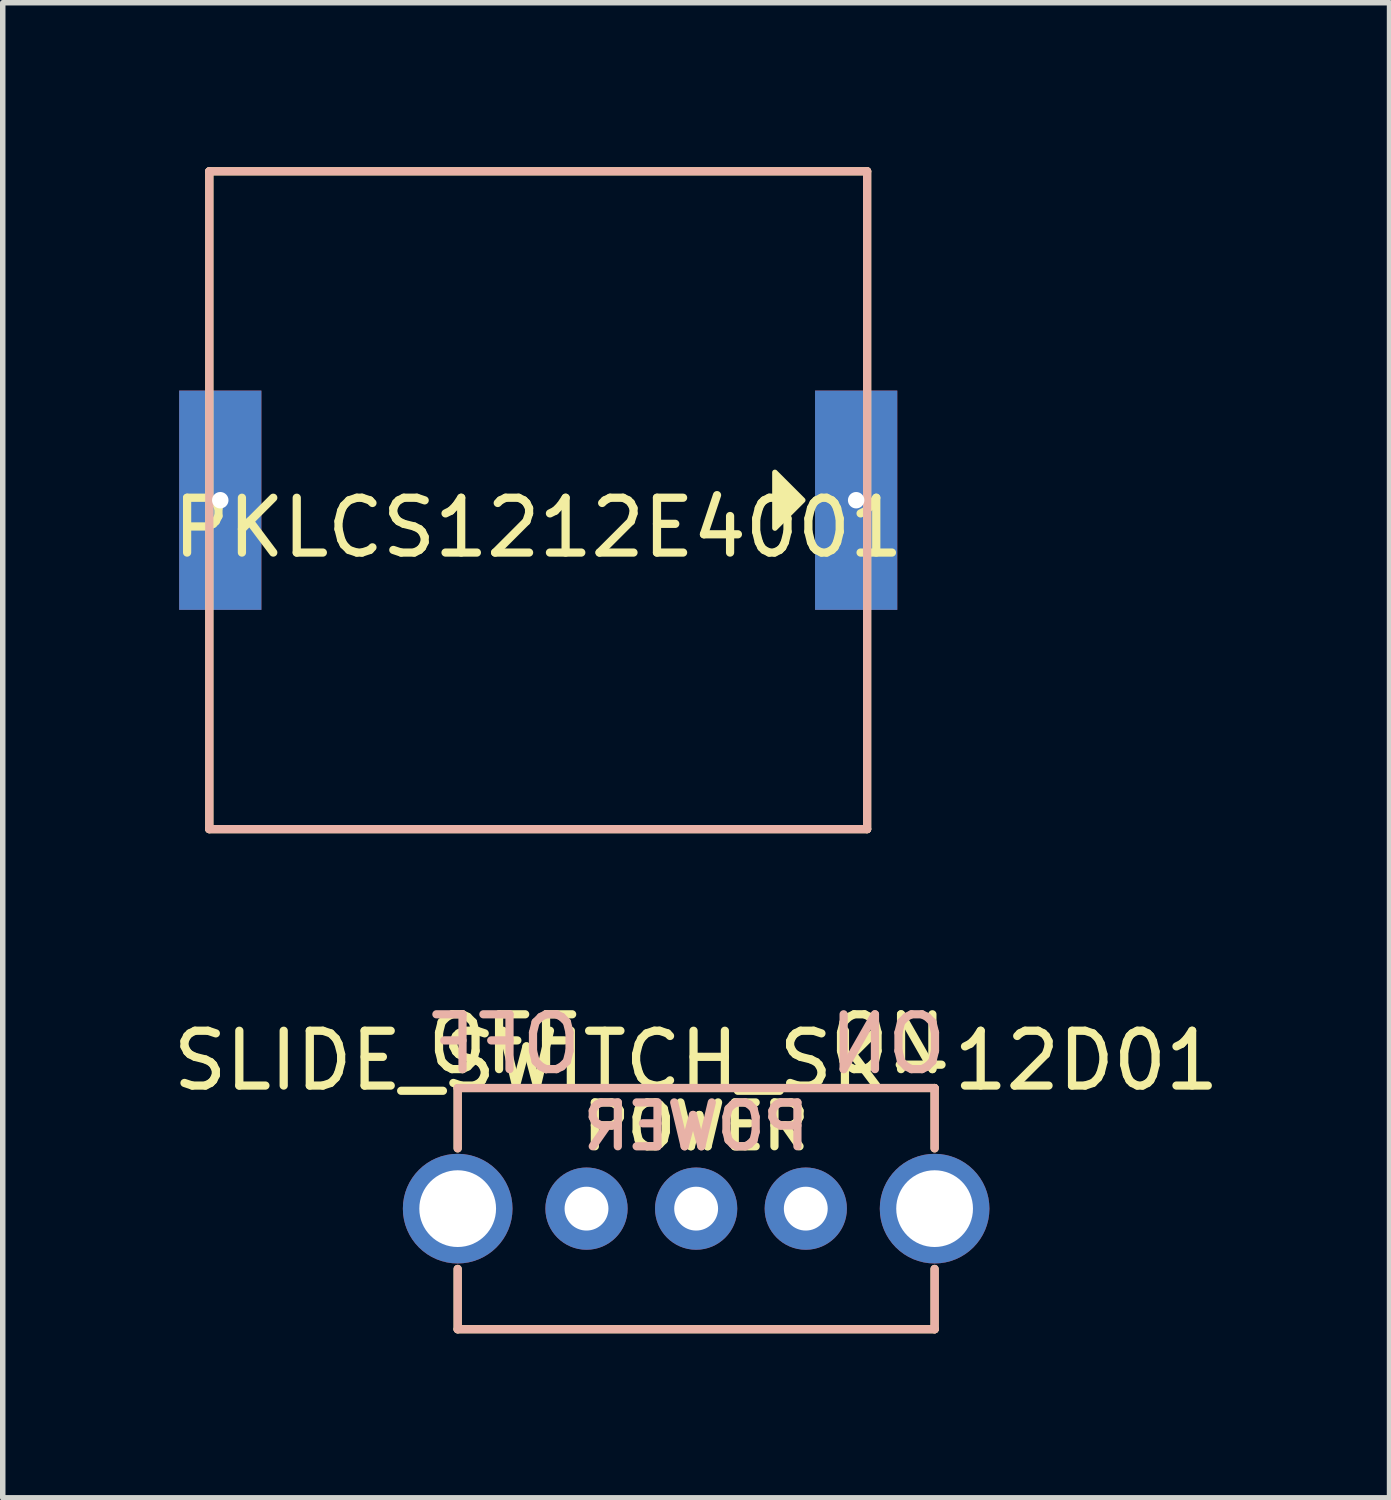
<source format=kicad_pcb>
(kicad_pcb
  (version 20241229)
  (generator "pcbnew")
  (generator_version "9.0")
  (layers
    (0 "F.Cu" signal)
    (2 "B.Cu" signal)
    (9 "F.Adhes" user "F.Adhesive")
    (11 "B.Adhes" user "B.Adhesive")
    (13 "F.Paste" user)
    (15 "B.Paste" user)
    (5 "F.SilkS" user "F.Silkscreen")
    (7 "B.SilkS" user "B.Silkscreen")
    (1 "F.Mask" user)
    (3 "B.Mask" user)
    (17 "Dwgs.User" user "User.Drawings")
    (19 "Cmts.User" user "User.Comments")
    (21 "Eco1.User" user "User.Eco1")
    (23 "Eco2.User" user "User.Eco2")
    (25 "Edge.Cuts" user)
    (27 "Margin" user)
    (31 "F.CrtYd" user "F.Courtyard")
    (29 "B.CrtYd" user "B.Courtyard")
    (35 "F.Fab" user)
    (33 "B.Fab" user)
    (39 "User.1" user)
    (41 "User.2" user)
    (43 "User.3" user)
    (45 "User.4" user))
  (footprint "SLIDE_SWITCH_SK-12D01"
    (layer "F.Cu")
    (at 9.649 18.998)
    (property "Reference" "SLIDE_SWITCH_SK-12D01" (at 0 -2.7 0) (layer "F.SilkS") (effects (font (size 1 1) (thickness 0.15))))
    (attr through_hole)
    (fp_line (start -4.35 -2.2) (end -4.35 -1.1) (stroke (width 0.15) (type solid)) (layer "F.SilkS"))
    (fp_line (start -4.35 2.2) (end -4.35 1.1) (stroke (width 0.15) (type solid)) (layer "F.SilkS"))
    (fp_line (start -4.35 2.2) (end 4.35 2.2) (stroke (width 0.15) (type solid)) (layer "F.SilkS"))
    (fp_line (start 4.35 -2.2) (end -4.35 -2.2) (stroke (width 0.15) (type solid)) (layer "F.SilkS"))
    (fp_line (start 4.35 -2.2) (end 4.35 -1.1) (stroke (width 0.15) (type solid)) (layer "F.SilkS"))
    (fp_line (start 4.35 2.2) (end 4.35 1.1) (stroke (width 0.15) (type solid)) (layer "F.SilkS"))
    (fp_line (start -4.35 -2.2) (end -4.35 -1.1) (stroke (width 0.15) (type solid)) (layer "B.SilkS"))
    (fp_line (start -4.35 -2.2) (end 4.35 -2.2) (stroke (width 0.15) (type solid)) (layer "B.SilkS"))
    (fp_line (start -4.35 2.2) (end -4.35 1.1) (stroke (width 0.15) (type solid)) (layer "B.SilkS"))
    (fp_line (start 4.35 -2.2) (end 4.35 -1.1) (stroke (width 0.15) (type solid)) (layer "B.SilkS"))
    (fp_line (start 4.35 2.2) (end -4.35 2.2) (stroke (width 0.15) (type solid)) (layer "B.SilkS"))
    (fp_line (start 4.35 2.2) (end 4.35 1.1) (stroke (width 0.15) (type solid)) (layer "B.SilkS"))
    (fp_text user "ON" (at 3.5 -3 0) (layer "F.SilkS") (effects (font (size 1 1) (thickness 0.15))))
    (fp_text user "POWER" (at 0 -1.5 180) (layer "F.SilkS") (effects (font (size 0.8 0.8) (thickness 0.15))))
    (fp_text user "OFF" (at -3.5 -3 0) (layer "F.SilkS") (effects (font (size 1 1) (thickness 0.15))))
    (fp_text user "OFF" (at -3.5 -3 0) (layer "B.SilkS") (effects (font (size 1 1) (thickness 0.15)) (justify mirror)))
    (fp_text user "POWER" (at 0 -1.5 0) (layer "B.SilkS") (effects (font (size 0.8 0.8) (thickness 0.15)) (justify mirror)))
    (fp_text user "ON" (at 3.5 -3 0) (layer "B.SilkS") (effects (font (size 1 1) (thickness 0.15)) (justify mirror)))
    (pad "" thru_hole circle (at -4.35 0) (size 2 2) (drill 1.4) (layers "*.Cu" "*.Mask"))
    (pad "" thru_hole circle (at 4.35 0) (size 2 2) (drill 1.4) (layers "*.Cu" "*.Mask"))
    (pad "1" thru_hole circle (at 0 0) (size 1.5 1.5) (drill 0.8) (layers "*.Cu" "*.Mask"))
    (pad "2" thru_hole circle (at 2 0) (size 1.5 1.5) (drill 0.8) (layers "*.Cu" "*.Mask"))
    (pad "3" thru_hole circle (at -2 0) (size 1.5 1.5) (drill 0.8) (layers "*.Cu" "*.Mask")))
  (footprint "PKLCS1212E4001"
    (layer "F.Cu")
    (at 6.768 6.075)
    (property "Reference" "PKLCS1212E4001" (at 0 0.5 0) (layer "F.SilkS") (effects (font (size 1 1) (thickness 0.15))))
    (attr through_hole)
    (fp_line (start -6 -6) (end 6 -6) (stroke (width 0.15) (type solid)) (layer "F.SilkS"))
    (fp_line (start -6 6) (end -6 -6) (stroke (width 0.15) (type solid)) (layer "F.SilkS"))
    (fp_line (start 6 -6) (end 6 6) (stroke (width 0.15) (type solid)) (layer "F.SilkS"))
    (fp_line (start 6 6) (end -6 6) (stroke (width 0.15) (type solid)) (layer "F.SilkS"))
    (fp_poly (pts (xy 4.826 0) (xy 4.318 0.508) (xy 4.318 -0.508)) (stroke (width 0.1) (type solid)) (fill yes) (layer "F.SilkS"))
    (fp_line (start -6 -6) (end 6 -6) (stroke (width 0.15) (type solid)) (layer "B.SilkS"))
    (fp_line (start -6 6) (end -6 -6) (stroke (width 0.15) (type solid)) (layer "B.SilkS"))
    (fp_line (start 6 -6) (end 6 6) (stroke (width 0.15) (type solid)) (layer "B.SilkS"))
    (fp_line (start 6 6) (end -6 6) (stroke (width 0.15) (type solid)) (layer "B.SilkS"))
    (pad "1" thru_hole rect (at -5.8 0) (size 1.5 4) (drill 0.3) (layers "*.Cu" "*.Mask"))
    (pad "2" thru_hole rect (at 5.8 0) (size 1.5 4) (drill 0.3) (layers "*.Cu" "*.Mask")))
  (gr_rect
    (start -3 -3)
    (end 22.298 24.273)
    (stroke (width 0.1) (type default))
    (fill no)
    (layer "Edge.Cuts")))
</source>
